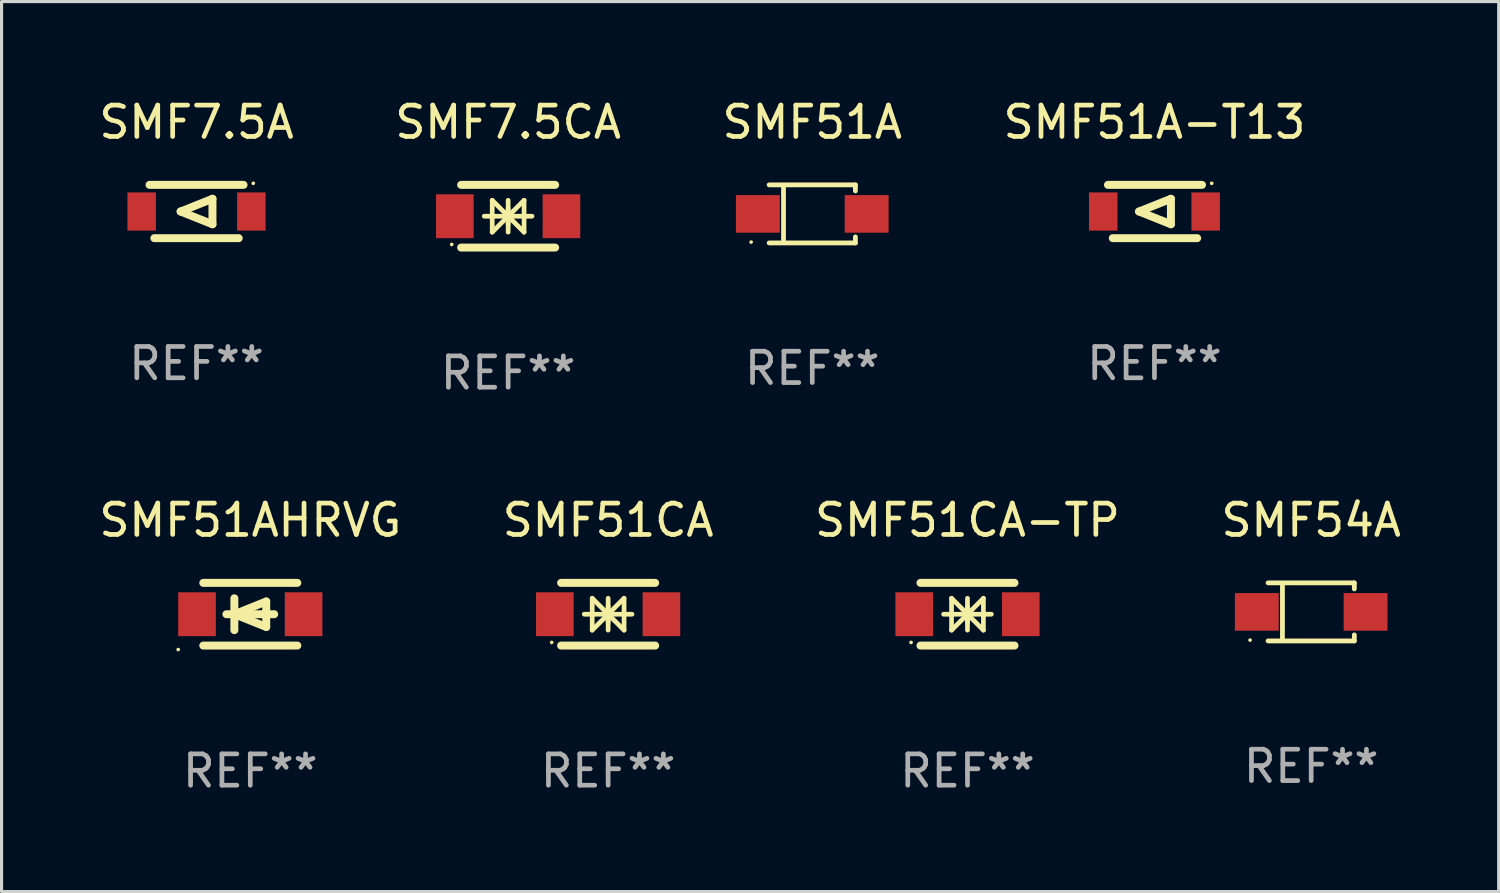
<source format=kicad_pcb>
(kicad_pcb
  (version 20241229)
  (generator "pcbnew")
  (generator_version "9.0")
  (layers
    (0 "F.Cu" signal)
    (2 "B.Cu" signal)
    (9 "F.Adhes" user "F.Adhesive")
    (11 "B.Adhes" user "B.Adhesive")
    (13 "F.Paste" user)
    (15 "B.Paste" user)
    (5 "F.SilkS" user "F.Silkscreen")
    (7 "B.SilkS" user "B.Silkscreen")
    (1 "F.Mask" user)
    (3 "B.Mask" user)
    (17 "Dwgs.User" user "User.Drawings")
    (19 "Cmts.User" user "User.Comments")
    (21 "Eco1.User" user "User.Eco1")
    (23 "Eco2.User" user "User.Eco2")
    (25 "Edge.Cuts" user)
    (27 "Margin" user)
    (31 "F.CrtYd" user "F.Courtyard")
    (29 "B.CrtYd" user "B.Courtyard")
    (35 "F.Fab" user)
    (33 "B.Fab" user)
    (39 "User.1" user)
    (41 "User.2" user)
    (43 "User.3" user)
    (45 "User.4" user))
  (footprint "SMF51A-T13"
    (layer "F.Cu")
    (at 33.78 3.698)
    (property "Reference" "SMF51A-T13" (at 0 -2.85 0) (layer "F.SilkS") (effects (font (size 1 1) (thickness 0.15))))
    (attr through_hole)
    (fp_line (start -1.483 -0.85) (end 1.517 -0.85) (stroke (width 0.254) (type solid)) (layer "F.SilkS"))
    (fp_line (start -0.491 0) (end 0.525 -0.406) (stroke (width 0.254) (type solid)) (layer "F.SilkS"))
    (fp_line (start 0.525 -0.406) (end 0.525 0.406) (stroke (width 0.254) (type solid)) (layer "F.SilkS"))
    (fp_line (start 0.525 0.406) (end -0.491 0) (stroke (width 0.254) (type solid)) (layer "F.SilkS"))
    (fp_line (start 1.363 0.85) (end -1.33 0.85) (stroke (width 0.254) (type solid)) (layer "F.SilkS"))
    (fp_circle (center 1.827 -0.9) (end 1.857 -0.9) (stroke (width 0.06) (type solid)) (fill no) (layer "F.SilkS"))
    (fp_text user "REF**" (at 0 4.85 0) (layer "F.Fab") (effects (font (size 1 1) (thickness 0.15))))
    (pad "1" smd rect (at 1.634 -0.000076) (size 0.909 1.219) (layers "F.Cu" "F.Mask" "F.Paste"))
    (pad "2" smd rect (at -1.634 -0.000076) (size 0.909 1.219) (layers "F.Cu" "F.Mask" "F.Paste")))
  (footprint "SMF51CA-TP"
    (layer "F.Cu")
    (at 27.815 16.545)
    (property "Reference" "SMF51CA-TP" (at 0 -3 0) (layer "F.SilkS") (effects (font (size 1 1) (thickness 0.15))))
    (attr through_hole)
    (fp_line (start -1.5 -1) (end 1.5 -1) (stroke (width 0.254) (type solid)) (layer "F.SilkS"))
    (fp_line (start -1.5 1) (end 1.5 1) (stroke (width 0.254) (type solid)) (layer "F.SilkS"))
    (fp_line (start -0.762 0) (end 0.762 0) (stroke (width 0.15) (type solid)) (layer "F.SilkS"))
    (fp_line (start -0.508 -0.508) (end -0.508 0.508) (stroke (width 0.15) (type solid)) (layer "F.SilkS"))
    (fp_line (start 0 -0.508) (end 0 0.508) (stroke (width 0.15) (type solid)) (layer "F.SilkS"))
    (fp_line (start 0 0) (end -0.508 -0.508) (stroke (width 0.15) (type solid)) (layer "F.SilkS"))
    (fp_line (start 0 0) (end -0.508 0.508) (stroke (width 0.15) (type solid)) (layer "F.SilkS"))
    (fp_line (start 0 0) (end 0.508 -0.508) (stroke (width 0.15) (type solid)) (layer "F.SilkS"))
    (fp_line (start 0 0) (end 0.508 0.508) (stroke (width 0.15) (type solid)) (layer "F.SilkS"))
    (fp_line (start 0 0.254) (end 0 -0.254) (stroke (width 0.15) (type solid)) (layer "F.SilkS"))
    (fp_line (start 0.508 0.508) (end 0.508 -0.508) (stroke (width 0.15) (type solid)) (layer "F.SilkS"))
    (fp_circle (center -1.8 0.9) (end -1.77 0.9) (stroke (width 0.06) (type solid)) (fill no) (layer "F.SilkS"))
    (fp_text user "REF**" (at 0 5 0) (layer "F.Fab") (effects (font (size 1 1) (thickness 0.15))))
    (pad "1" smd rect (at -1.7 0) (size 1.2 1.4) (layers "F.Cu" "F.Mask" "F.Paste"))
    (pad "2" smd rect (at 1.7 0) (size 1.2 1.4) (layers "F.Cu" "F.Mask" "F.Paste")))
  (footprint "SMF51CA"
    (layer "F.Cu")
    (at 16.351 16.545)
    (property "Reference" "SMF51CA" (at 0 -3 0) (layer "F.SilkS") (effects (font (size 1 1) (thickness 0.15))))
    (attr through_hole)
    (fp_line (start -1.5 -1) (end 1.5 -1) (stroke (width 0.254) (type solid)) (layer "F.SilkS"))
    (fp_line (start -1.5 1) (end 1.5 1) (stroke (width 0.254) (type solid)) (layer "F.SilkS"))
    (fp_line (start -0.762 0) (end 0.762 0) (stroke (width 0.15) (type solid)) (layer "F.SilkS"))
    (fp_line (start -0.508 -0.508) (end -0.508 0.508) (stroke (width 0.15) (type solid)) (layer "F.SilkS"))
    (fp_line (start 0 -0.508) (end 0 0.508) (stroke (width 0.15) (type solid)) (layer "F.SilkS"))
    (fp_line (start 0 0) (end -0.508 -0.508) (stroke (width 0.15) (type solid)) (layer "F.SilkS"))
    (fp_line (start 0 0) (end -0.508 0.508) (stroke (width 0.15) (type solid)) (layer "F.SilkS"))
    (fp_line (start 0 0) (end 0.508 -0.508) (stroke (width 0.15) (type solid)) (layer "F.SilkS"))
    (fp_line (start 0 0) (end 0.508 0.508) (stroke (width 0.15) (type solid)) (layer "F.SilkS"))
    (fp_line (start 0 0.254) (end 0 -0.254) (stroke (width 0.15) (type solid)) (layer "F.SilkS"))
    (fp_line (start 0.508 0.508) (end 0.508 -0.508) (stroke (width 0.15) (type solid)) (layer "F.SilkS"))
    (fp_circle (center -1.8 0.9) (end -1.77 0.9) (stroke (width 0.06) (type solid)) (fill no) (layer "F.SilkS"))
    (fp_text user "REF**" (at 0 5 0) (layer "F.Fab") (effects (font (size 1 1) (thickness 0.15))))
    (pad "1" smd rect (at -1.7 0) (size 1.2 1.4) (layers "F.Cu" "F.Mask" "F.Paste"))
    (pad "2" smd rect (at 1.7 0) (size 1.2 1.4) (layers "F.Cu" "F.Mask" "F.Paste")))
  (footprint "SMF7.5CA"
    (layer "F.Cu")
    (at 13.161 3.848)
    (property "Reference" "SMF7.5CA" (at 0 -3 0) (layer "F.SilkS") (effects (font (size 1 1) (thickness 0.15))))
    (attr through_hole)
    (fp_line (start -1.5 -1) (end 1.5 -1) (stroke (width 0.254) (type solid)) (layer "F.SilkS"))
    (fp_line (start -1.5 1) (end 1.5 1) (stroke (width 0.254) (type solid)) (layer "F.SilkS"))
    (fp_line (start -0.762 0) (end 0.762 0) (stroke (width 0.15) (type solid)) (layer "F.SilkS"))
    (fp_line (start -0.508 -0.508) (end -0.508 0.508) (stroke (width 0.15) (type solid)) (layer "F.SilkS"))
    (fp_line (start 0 -0.508) (end 0 0.508) (stroke (width 0.15) (type solid)) (layer "F.SilkS"))
    (fp_line (start 0 0) (end -0.508 -0.508) (stroke (width 0.15) (type solid)) (layer "F.SilkS"))
    (fp_line (start 0 0) (end -0.508 0.508) (stroke (width 0.15) (type solid)) (layer "F.SilkS"))
    (fp_line (start 0 0) (end 0.508 -0.508) (stroke (width 0.15) (type solid)) (layer "F.SilkS"))
    (fp_line (start 0 0) (end 0.508 0.508) (stroke (width 0.15) (type solid)) (layer "F.SilkS"))
    (fp_line (start 0 0.254) (end 0 -0.254) (stroke (width 0.15) (type solid)) (layer "F.SilkS"))
    (fp_line (start 0.508 0.508) (end 0.508 -0.508) (stroke (width 0.15) (type solid)) (layer "F.SilkS"))
    (fp_circle (center -1.8 0.9) (end -1.77 0.9) (stroke (width 0.06) (type solid)) (fill no) (layer "F.SilkS"))
    (fp_text user "REF**" (at 0 5 0) (layer "F.Fab") (effects (font (size 1 1) (thickness 0.15))))
    (pad "1" smd rect (at -1.7 0) (size 1.2 1.4) (layers "F.Cu" "F.Mask" "F.Paste"))
    (pad "2" smd rect (at 1.7 0) (size 1.2 1.4) (layers "F.Cu" "F.Mask" "F.Paste")))
  (footprint "SMF51AHRVG"
    (layer "F.Cu")
    (at 4.935 16.545)
    (property "Reference" "SMF51AHRVG" (at 0 -3 0) (layer "F.SilkS") (effects (font (size 1 1) (thickness 0.15))))
    (attr through_hole)
    (fp_line (start -1.5 -1) (end 1.5 -1) (stroke (width 0.254) (type solid)) (layer "F.SilkS"))
    (fp_line (start -1.5 1) (end 1.5 1) (stroke (width 0.254) (type solid)) (layer "F.SilkS"))
    (fp_line (start -0.762 0) (end 0.762 0) (stroke (width 0.254) (type solid)) (layer "F.SilkS"))
    (fp_line (start -0.508 -0.508) (end -0.508 0.508) (stroke (width 0.254) (type solid)) (layer "F.SilkS"))
    (fp_line (start -0.508 0) (end 0.508 -0.406) (stroke (width 0.254) (type solid)) (layer "F.SilkS"))
    (fp_line (start 0.508 -0.406) (end 0.508 0.406) (stroke (width 0.254) (type solid)) (layer "F.SilkS"))
    (fp_line (start 0.508 0.406) (end -0.508 0) (stroke (width 0.254) (type solid)) (layer "F.SilkS"))
    (fp_circle (center -2.3 1.127) (end -2.27 1.127) (stroke (width 0.06) (type solid)) (fill no) (layer "F.SilkS"))
    (fp_text user "REF**" (at 0 5 0) (layer "F.Fab") (effects (font (size 1 1) (thickness 0.15))))
    (pad "1" smd rect (at -1.7 0) (size 1.2 1.4) (layers "F.Cu" "F.Mask" "F.Paste"))
    (pad "2" smd rect (at 1.7 0) (size 1.2 1.4) (layers "F.Cu" "F.Mask" "F.Paste")))
  (footprint "SMF54A"
    (layer "F.Cu")
    (at 38.78 16.471)
    (property "Reference" "SMF54A" (at 0 -2.926 0) (layer "F.SilkS") (effects (font (size 1 1) (thickness 0.15))))
    (attr through_hole)
    (fp_line (start -1.376 -0.926) (end 1.376 -0.926) (stroke (width 0.152) (type solid)) (layer "F.SilkS"))
    (fp_line (start -1.376 0.926) (end 1.376 0.926) (stroke (width 0.152) (type solid)) (layer "F.SilkS"))
    (fp_line (start -0.917 -0.876) (end -0.917 0.876) (stroke (width 0.152) (type solid)) (layer "F.SilkS"))
    (fp_line (start 1.376 -0.926) (end 1.376 -0.733) (stroke (width 0.152) (type solid)) (layer "F.SilkS"))
    (fp_line (start 1.376 0.926) (end 1.376 0.733) (stroke (width 0.152) (type solid)) (layer "F.SilkS"))
    (fp_circle (center -1.95 0.9) (end -1.92 0.9) (stroke (width 0.06) (type solid)) (fill no) (layer "F.SilkS"))
    (fp_text user "REF**" (at 0 4.926 0) (layer "F.Fab") (effects (font (size 1 1) (thickness 0.15))))
    (pad "1" smd rect (at -1.735 0) (size 1.4 1.2) (layers "F.Cu" "F.Mask" "F.Paste"))
    (pad "2" smd rect (at 1.735 0) (size 1.4 1.2) (layers "F.Cu" "F.Mask" "F.Paste")))
  (footprint "SMF7.5A"
    (layer "F.Cu")
    (at 3.22 3.698)
    (property "Reference" "SMF7.5A" (at 0 -2.85 0) (layer "F.SilkS") (effects (font (size 1 1) (thickness 0.15))))
    (attr through_hole)
    (fp_line (start -1.5 -0.85) (end 1.5 -0.85) (stroke (width 0.254) (type solid)) (layer "F.SilkS"))
    (fp_line (start -0.508 0) (end 0.508 -0.406) (stroke (width 0.254) (type solid)) (layer "F.SilkS"))
    (fp_line (start 0.508 -0.406) (end 0.508 0.406) (stroke (width 0.254) (type solid)) (layer "F.SilkS"))
    (fp_line (start 0.508 0.406) (end -0.508 0) (stroke (width 0.254) (type solid)) (layer "F.SilkS"))
    (fp_line (start 1.346 0.85) (end -1.346 0.85) (stroke (width 0.254) (type solid)) (layer "F.SilkS"))
    (fp_circle (center 1.81 -0.9) (end 1.84 -0.9) (stroke (width 0.06) (type solid)) (fill no) (layer "F.SilkS"))
    (fp_text user "REF**" (at 0 4.85 0) (layer "F.Fab") (effects (font (size 1 1) (thickness 0.15))))
    (pad "1" smd rect (at 1.75 0) (size 0.909 1.219) (layers "F.Cu" "F.Mask" "F.Paste"))
    (pad "2" smd rect (at -1.75 0) (size 0.909 1.219) (layers "F.Cu" "F.Mask" "F.Paste")))
  (footprint "SMF51A"
    (layer "F.Cu")
    (at 22.863 3.774)
    (property "Reference" "SMF51A" (at 0 -2.926 0) (layer "F.SilkS") (effects (font (size 1 1) (thickness 0.15))))
    (attr through_hole)
    (fp_line (start -1.376 -0.926) (end 1.376 -0.926) (stroke (width 0.152) (type solid)) (layer "F.SilkS"))
    (fp_line (start -1.376 0.926) (end 1.376 0.926) (stroke (width 0.152) (type solid)) (layer "F.SilkS"))
    (fp_line (start -0.917 -0.876) (end -0.917 0.876) (stroke (width 0.152) (type solid)) (layer "F.SilkS"))
    (fp_line (start 1.376 -0.926) (end 1.376 -0.733) (stroke (width 0.152) (type solid)) (layer "F.SilkS"))
    (fp_line (start 1.376 0.926) (end 1.376 0.733) (stroke (width 0.152) (type solid)) (layer "F.SilkS"))
    (fp_circle (center -1.95 0.9) (end -1.92 0.9) (stroke (width 0.06) (type solid)) (fill no) (layer "F.SilkS"))
    (fp_text user "REF**" (at 0 4.926 0) (layer "F.Fab") (effects (font (size 1 1) (thickness 0.15))))
    (pad "1" smd rect (at -1.735 0) (size 1.4 1.2) (layers "F.Cu" "F.Mask" "F.Paste"))
    (pad "2" smd rect (at 1.735 0) (size 1.4 1.2) (layers "F.Cu" "F.Mask" "F.Paste")))
  (gr_rect
    (start -3 -3)
    (end 44.762 25.393)
    (stroke (width 0.1) (type default))
    (fill no)
    (layer "Edge.Cuts")))
</source>
